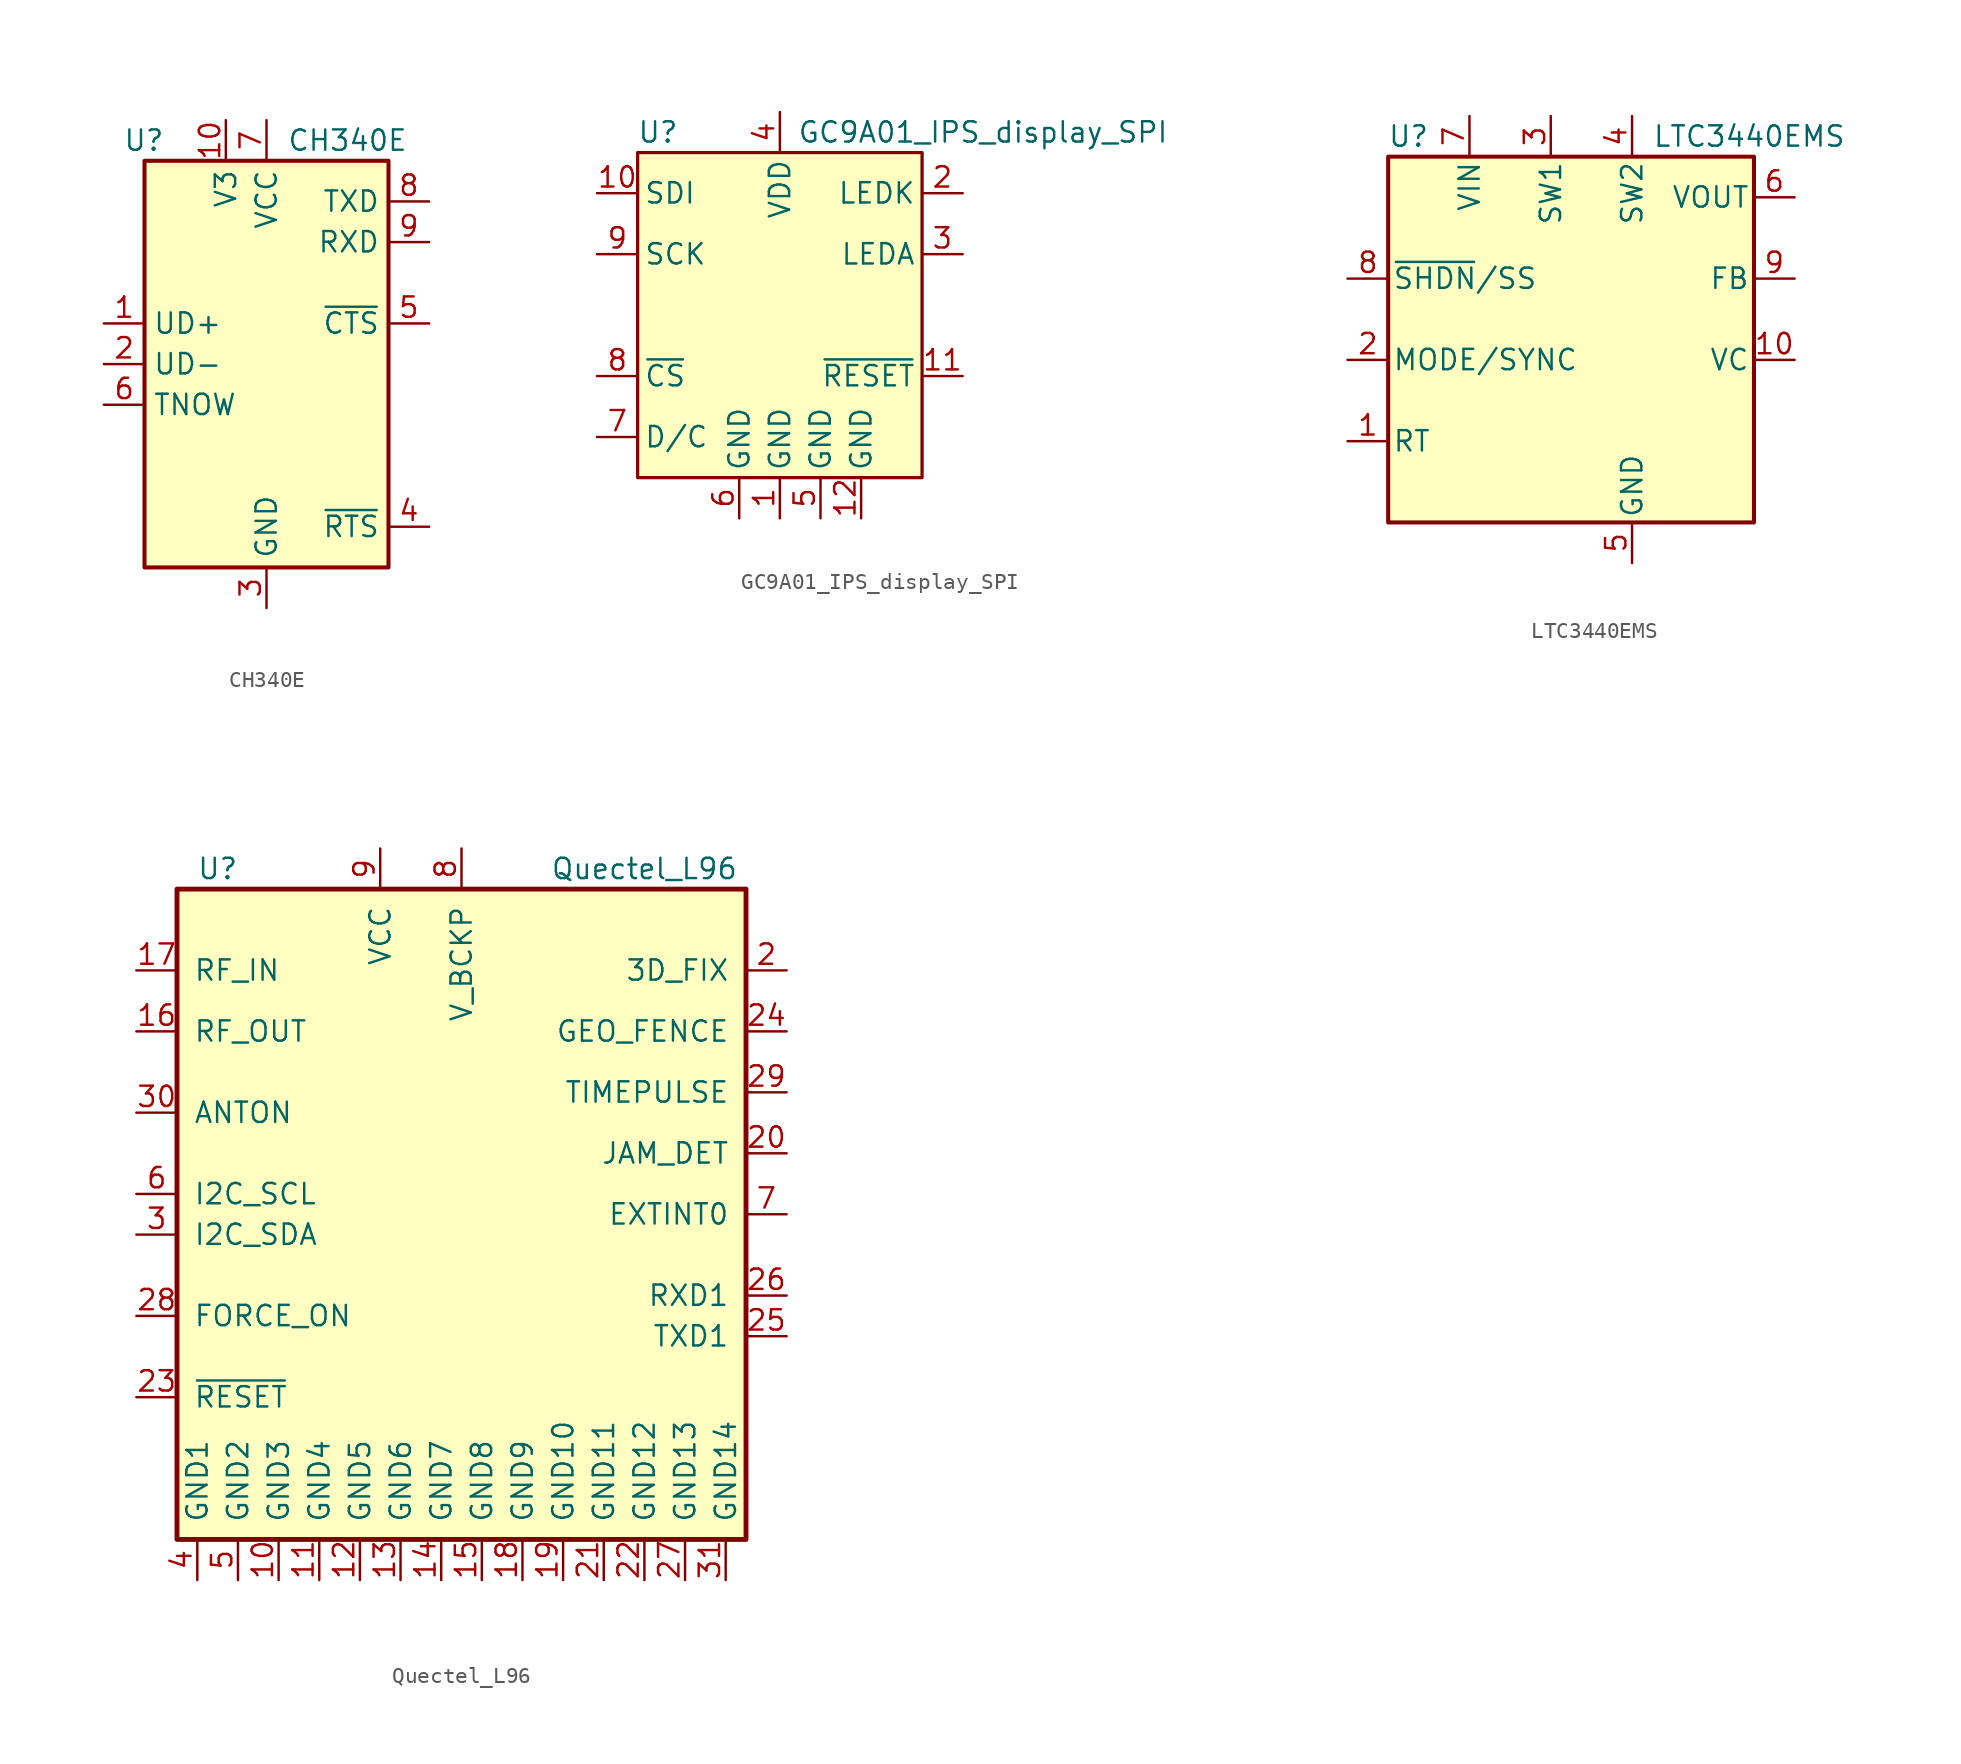
<source format=kicad_sym>
(kicad_symbol_lib
  (version 20201005)
  (generator kicad_symbol_editor)
  (symbol "open-Smartwatch:CH340E"
    (property "Reference" "U"
      (at -6.35 13.97 0)
      (effects (font (size 1.27 1.27)) (justify right)))
    (property "Value" "CH340E"
      (at 1.27 13.97 0)
      (effects (font (size 1.27 1.27)) (justify left)))
    (symbol "CH340E_0_1"
      (rectangle (start -7.62 12.7) (end 7.62 -12.7) (stroke (width 0.254)) (fill (type background))))
    (symbol "CH340E_1_1"
      (pin bidirectional line (at -10.16 2.54 0) (length 2.54) (name "UD+" (effects (font (size 1.27 1.27)))) (number "1" (effects (font (size 1.27 1.27)))))
      (pin passive line (at -2.54 15.24 270) (length 2.54) (name "V3" (effects (font (size 1.27 1.27)))) (number "10" (effects (font (size 1.27 1.27)))))
      (pin bidirectional line (at -10.16 0 0) (length 2.54) (name "UD-" (effects (font (size 1.27 1.27)))) (number "2" (effects (font (size 1.27 1.27)))))
      (pin power_in line (at 0 -15.24 90) (length 2.54) (name "GND" (effects (font (size 1.27 1.27)))) (number "3" (effects (font (size 1.27 1.27)))))
      (pin output line (at 10.16 -10.16 180) (length 2.54) (name "~RTS" (effects (font (size 1.27 1.27)))) (number "4" (effects (font (size 1.27 1.27)))))
      (pin input line (at 10.16 2.54 180) (length 2.54) (name "~CTS" (effects (font (size 1.27 1.27)))) (number "5" (effects (font (size 1.27 1.27)))))
      (pin output line (at -10.16 -2.54 0) (length 2.54) (name "TNOW" (effects (font (size 1.27 1.27)))) (number "6" (effects (font (size 1.27 1.27)))))
      (pin power_in line (at 0 15.24 270) (length 2.54) (name "VCC" (effects (font (size 1.27 1.27)))) (number "7" (effects (font (size 1.27 1.27)))))
      (pin output line (at 10.16 10.16 180) (length 2.54) (name "TXD" (effects (font (size 1.27 1.27)))) (number "8" (effects (font (size 1.27 1.27)))))
      (pin input line (at 10.16 7.62 180) (length 2.54) (name "RXD" (effects (font (size 1.27 1.27)))) (number "9" (effects (font (size 1.27 1.27)))))))
  (symbol "open-Smartwatch:GC9A01_IPS_display_SPI"
    (pin_names
      (offset 0.381))
    (property "Reference" "U"
      (at -7.62 11.43 0)
      (effects (font (size 1.27 1.27))))
    (property "Value" "GC9A01_IPS_display_SPI"
      (at 12.7 11.43 0)
      (effects (font (size 1.27 1.27))))
    (symbol "GC9A01_IPS_display_SPI_0_0"
      (pin power_in line (at 0 -12.7 90) (length 2.54) (name "GND" (effects (font (size 1.27 1.27)))) (number "1" (effects (font (size 1.27 1.27)))))
      (pin bidirectional line (at -11.43 7.62 0) (length 2.54) (name "SDI" (effects (font (size 1.27 1.27)))) (number "10" (effects (font (size 1.27 1.27)))))
      (pin input line (at 11.43 -3.81 180) (length 2.54) (name "~RESET" (effects (font (size 1.27 1.27)))) (number "11" (effects (font (size 1.27 1.27)))))
      (pin power_in line (at 5.08 -12.7 90) (length 2.54) (name "GND" (effects (font (size 1.27 1.27)))) (number "12" (effects (font (size 1.27 1.27)))))
      (pin passive line (at 11.43 7.62 180) (length 2.54) (name "LEDK" (effects (font (size 1.27 1.27)))) (number "2" (effects (font (size 1.27 1.27)))))
      (pin passive line (at 11.43 3.81 180) (length 2.54) (name "LEDA" (effects (font (size 1.27 1.27)))) (number "3" (effects (font (size 1.27 1.27)))))
      (pin power_in line (at 0 12.7 270) (length 2.54) (name "VDD" (effects (font (size 1.27 1.27)))) (number "4" (effects (font (size 1.27 1.27)))))
      (pin power_in line (at 2.54 -12.7 90) (length 2.54) (name "GND" (effects (font (size 1.27 1.27)))) (number "5" (effects (font (size 1.27 1.27)))))
      (pin power_in line (at -2.54 -12.7 90) (length 2.54) (name "GND" (effects (font (size 1.27 1.27)))) (number "6" (effects (font (size 1.27 1.27)))))
      (pin input line (at -11.43 -7.62 0) (length 2.54) (name "D/C" (effects (font (size 1.27 1.27)))) (number "7" (effects (font (size 1.27 1.27)))))
      (pin input line (at -11.43 -3.81 0) (length 2.54) (name "~CS" (effects (font (size 1.27 1.27)))) (number "8" (effects (font (size 1.27 1.27)))))
      (pin input line (at -11.43 3.81 0) (length 2.54) (name "SCK" (effects (font (size 1.27 1.27)))) (number "9" (effects (font (size 1.27 1.27))))))
    (symbol "GC9A01_IPS_display_SPI_0_1"
      (rectangle (start -8.89 10.16) (end 8.89 -10.16) (stroke (width 0.203)) (fill (type background)))))
  (symbol "open-Smartwatch:LTC3440EMS"
    (pin_names
      (offset 0.254))
    (property "Reference" "U"
      (at -11.43 11.43 0)
      (effects (font (size 1.27 1.27))))
    (property "Value" "LTC3440EMS"
      (at 3.81 11.43 0)
      (effects (font (size 1.27 1.27)) (justify left)))
    (symbol "LTC3440EMS_0_1"
      (rectangle (start -12.7 10.16) (end 10.16 -12.7) (stroke (width 0.254)) (fill (type background))))
    (symbol "LTC3440EMS_1_1"
      (pin input line (at -15.24 -7.62 0) (length 2.54) (name "RT" (effects (font (size 1.27 1.27)))) (number "1" (effects (font (size 1.27 1.27)))))
      (pin input line (at 12.7 -2.54 180) (length 2.54) (name "VC" (effects (font (size 1.27 1.27)))) (number "10" (effects (font (size 1.27 1.27)))))
      (pin input line (at -15.24 -2.54 0) (length 2.54) (name "MODE/SYNC" (effects (font (size 1.27 1.27)))) (number "2" (effects (font (size 1.27 1.27)))))
      (pin bidirectional line (at -2.54 12.7 270) (length 2.54) (name "SW1" (effects (font (size 1.27 1.27)))) (number "3" (effects (font (size 1.27 1.27)))))
      (pin bidirectional line (at 2.54 12.7 270) (length 2.54) (name "SW2" (effects (font (size 1.27 1.27)))) (number "4" (effects (font (size 1.27 1.27)))))
      (pin power_in line (at 2.54 -15.24 90) (length 2.54) (name "GND" (effects (font (size 1.27 1.27)))) (number "5" (effects (font (size 1.27 1.27)))))
      (pin power_out line (at 12.7 7.62 180) (length 2.54) (name "VOUT" (effects (font (size 1.27 1.27)))) (number "6" (effects (font (size 1.27 1.27)))))
      (pin power_in line (at -7.62 12.7 270) (length 2.54) (name "VIN" (effects (font (size 1.27 1.27)))) (number "7" (effects (font (size 1.27 1.27)))))
      (pin input line (at -15.24 2.54 0) (length 2.54) (name "~SHDN~/SS" (effects (font (size 1.27 1.27)))) (number "8" (effects (font (size 1.27 1.27)))))
      (pin input line (at 12.7 2.54 180) (length 2.54) (name "FB" (effects (font (size 1.27 1.27)))) (number "9" (effects (font (size 1.27 1.27)))))))
  (symbol "open-Smartwatch:Quectel_L96"
    (pin_names
      (offset 1.016))
    (property "Reference" "U"
      (at -15.24 21.59 0)
      (effects (font (size 1.27 1.27))))
    (property "Value" "Quectel_L96"
      (at 11.43 21.59 0)
      (effects (font (size 1.27 1.27))))
    (symbol "Quectel_L96_0_0"
      (pin no_connect line (at 17.78 -11.43 180) (length 2.54) hide (name "NC1" (effects (font (size 1.27 1.27)))) (number "1" (effects (font (size 1.27 1.27)))))
      (pin power_in line (at -11.43 -22.86 90) (length 2.54) (name "GND3" (effects (font (size 1.27 1.27)))) (number "10" (effects (font (size 1.27 1.27)))))
      (pin power_in line (at -8.89 -22.86 90) (length 2.54) (name "GND4" (effects (font (size 1.27 1.27)))) (number "11" (effects (font (size 1.27 1.27)))))
      (pin power_in line (at -6.35 -22.86 90) (length 2.54) (name "GND5" (effects (font (size 1.27 1.27)))) (number "12" (effects (font (size 1.27 1.27)))))
      (pin power_in line (at -3.81 -22.86 90) (length 2.54) (name "GND6" (effects (font (size 1.27 1.27)))) (number "13" (effects (font (size 1.27 1.27)))))
      (pin power_in line (at -1.27 -22.86 90) (length 2.54) (name "GND7" (effects (font (size 1.27 1.27)))) (number "14" (effects (font (size 1.27 1.27)))))
      (pin power_in line (at 1.27 -22.86 90) (length 2.54) (name "GND8" (effects (font (size 1.27 1.27)))) (number "15" (effects (font (size 1.27 1.27)))))
      (pin output line (at -20.32 11.43 0) (length 2.54) (name "RF_OUT" (effects (font (size 1.27 1.27)))) (number "16" (effects (font (size 1.27 1.27)))))
      (pin input line (at -20.32 15.24 0) (length 2.54) (name "RF_IN" (effects (font (size 1.27 1.27)))) (number "17" (effects (font (size 1.27 1.27)))))
      (pin power_in line (at 3.81 -22.86 90) (length 2.54) (name "GND9" (effects (font (size 1.27 1.27)))) (number "18" (effects (font (size 1.27 1.27)))))
      (pin power_in line (at 6.35 -22.86 90) (length 2.54) (name "GND10" (effects (font (size 1.27 1.27)))) (number "19" (effects (font (size 1.27 1.27)))))
      (pin output line (at 20.32 15.24 180) (length 2.54) (name "3D_FIX" (effects (font (size 1.27 1.27)))) (number "2" (effects (font (size 1.27 1.27)))))
      (pin output line (at 20.32 3.81 180) (length 2.54) (name "JAM_DET" (effects (font (size 1.27 1.27)))) (number "20" (effects (font (size 1.27 1.27)))))
      (pin power_in line (at 8.89 -22.86 90) (length 2.54) (name "GND11" (effects (font (size 1.27 1.27)))) (number "21" (effects (font (size 1.27 1.27)))))
      (pin power_in line (at 11.43 -22.86 90) (length 2.54) (name "GND12" (effects (font (size 1.27 1.27)))) (number "22" (effects (font (size 1.27 1.27)))))
      (pin input line (at -20.32 -11.43 0) (length 2.54) (name "~RESET" (effects (font (size 1.27 1.27)))) (number "23" (effects (font (size 1.27 1.27)))))
      (pin output line (at 20.32 11.43 180) (length 2.54) (name "GEO_FENCE" (effects (font (size 1.27 1.27)))) (number "24" (effects (font (size 1.27 1.27)))))
      (pin output line (at 20.32 -7.62 180) (length 2.54) (name "TXD1" (effects (font (size 1.27 1.27)))) (number "25" (effects (font (size 1.27 1.27)))))
      (pin input line (at 20.32 -5.08 180) (length 2.54) (name "RXD1" (effects (font (size 1.27 1.27)))) (number "26" (effects (font (size 1.27 1.27)))))
      (pin power_in line (at 13.97 -22.86 90) (length 2.54) (name "GND13" (effects (font (size 1.27 1.27)))) (number "27" (effects (font (size 1.27 1.27)))))
      (pin input line (at -20.32 -6.35 0) (length 2.54) (name "FORCE_ON" (effects (font (size 1.27 1.27)))) (number "28" (effects (font (size 1.27 1.27)))))
      (pin output line (at 20.32 7.62 180) (length 2.54) (name "TIMEPULSE" (effects (font (size 1.27 1.27)))) (number "29" (effects (font (size 1.27 1.27)))))
      (pin bidirectional line (at -20.32 -1.27 0) (length 2.54) (name "I2C_SDA" (effects (font (size 1.27 1.27)))) (number "3" (effects (font (size 1.27 1.27)))))
      (pin output line (at -20.32 6.35 0) (length 2.54) (name "ANTON" (effects (font (size 1.27 1.27)))) (number "30" (effects (font (size 1.27 1.27)))))
      (pin power_in line (at 16.51 -22.86 90) (length 2.54) (name "GND14" (effects (font (size 1.27 1.27)))) (number "31" (effects (font (size 1.27 1.27)))))
      (pin power_in line (at -16.51 -22.86 90) (length 2.54) (name "GND1" (effects (font (size 1.27 1.27)))) (number "4" (effects (font (size 1.27 1.27)))))
      (pin power_in line (at -13.97 -22.86 90) (length 2.54) (name "GND2" (effects (font (size 1.27 1.27)))) (number "5" (effects (font (size 1.27 1.27)))))
      (pin bidirectional line (at -20.32 1.27 0) (length 2.54) (name "I2C_SCL" (effects (font (size 1.27 1.27)))) (number "6" (effects (font (size 1.27 1.27)))))
      (pin input line (at 20.32 0 180) (length 2.54) (name "EXTINT0" (effects (font (size 1.27 1.27)))) (number "7" (effects (font (size 1.27 1.27)))))
      (pin power_in line (at 0 22.86 270) (length 2.54) (name "V_BCKP" (effects (font (size 1.27 1.27)))) (number "8" (effects (font (size 1.27 1.27)))))
      (pin power_in line (at -5.08 22.86 270) (length 2.54) (name "VCC" (effects (font (size 1.27 1.27)))) (number "9" (effects (font (size 1.27 1.27))))))
    (symbol "Quectel_L96_0_1"
      (rectangle (start -17.78 20.32) (end 17.78 -20.32) (stroke (width 0.305)) (fill (type background))))))
</source>
